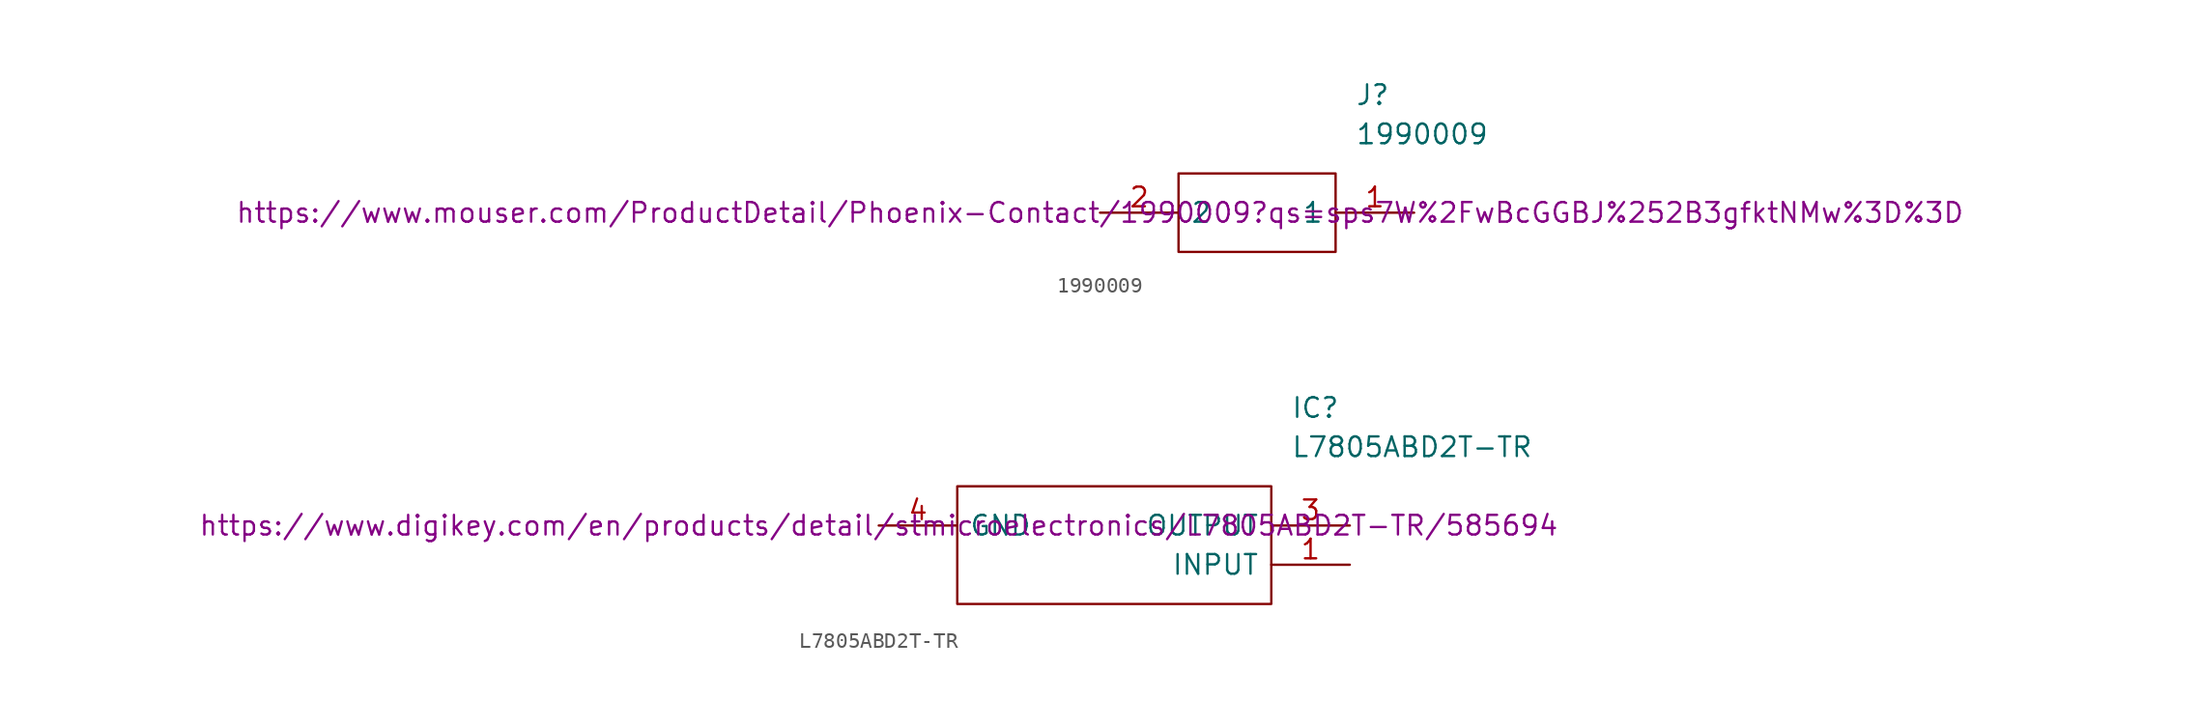
<source format=kicad_sym>
(kicad_symbol_lib
  (version 20211014)
  (generator kicad_symbol_editor)
  (symbol "1990009"
    (pin_names
      (offset 0.762))
    (property "Reference" "J"
      (at 16.51 7.62 0)
      (effects (font (size 1.27 1.27)) (justify left)))
    (property "Value" "1990009"
      (at 16.51 5.08 0)
      (effects (font (size 1.27 1.27)) (justify left)))
    (property "Purchase" "https://www.mouser.com/ProductDetail/Phoenix-Contact/1990009?qs=sps7W%2FwBcGGBJ%252B3gfktNMw%3D%3D"
      (at 0 0 0)
      (effects (font (size 1.27 1.27))))
    (symbol "1990009_0_0"
      (pin passive line (at 20.32 0 180) (length 5.08) (name "1" (effects (font (size 1.27 1.27)))) (number "1" (effects (font (size 1.27 1.27)))))
      (pin passive line (at 0 0 0) (length 5.08) (name "2" (effects (font (size 1.27 1.27)))) (number "2" (effects (font (size 1.27 1.27))))))
    (symbol "1990009_0_1"
      (polyline (pts (xy 5.08 2.54) (xy 15.24 2.54) (xy 15.24 -2.54) (xy 5.08 -2.54) (xy 5.08 2.54)) (stroke (width 0.152) (type default) (color 0 0 0 0)) (fill (type none)))))
  (symbol "L7805ABD2T-TR"
    (pin_names
      (offset 0.762))
    (property "Reference" "IC"
      (at 26.67 7.62 0)
      (effects (font (size 1.27 1.27)) (justify left)))
    (property "Value" "L7805ABD2T-TR"
      (at 26.67 5.08 0)
      (effects (font (size 1.27 1.27)) (justify left)))
    (property "Purchase" "https://www.digikey.com/en/products/detail/stmicroelectronics/L7805ABD2T-TR/585694"
      (at 0 0 0)
      (effects (font (size 1.27 1.27))))
    (symbol "L7805ABD2T-TR_0_0"
      (pin passive line (at 30.48 -2.54 180) (length 5.08) (name "INPUT" (effects (font (size 1.27 1.27)))) (number "1" (effects (font (size 1.27 1.27)))))
      (pin passive line (at 30.48 0 180) (length 5.08) (name "OUTPUT" (effects (font (size 1.27 1.27)))) (number "3" (effects (font (size 1.27 1.27)))))
      (pin passive line (at 0 0 0) (length 5.08) (name "GND" (effects (font (size 1.27 1.27)))) (number "4" (effects (font (size 1.27 1.27))))))
    (symbol "L7805ABD2T-TR_0_1"
      (polyline (pts (xy 5.08 2.54) (xy 25.4 2.54) (xy 25.4 -5.08) (xy 5.08 -5.08) (xy 5.08 2.54)) (stroke (width 0.152) (type default) (color 0 0 0 0)) (fill (type none))))))
</source>
